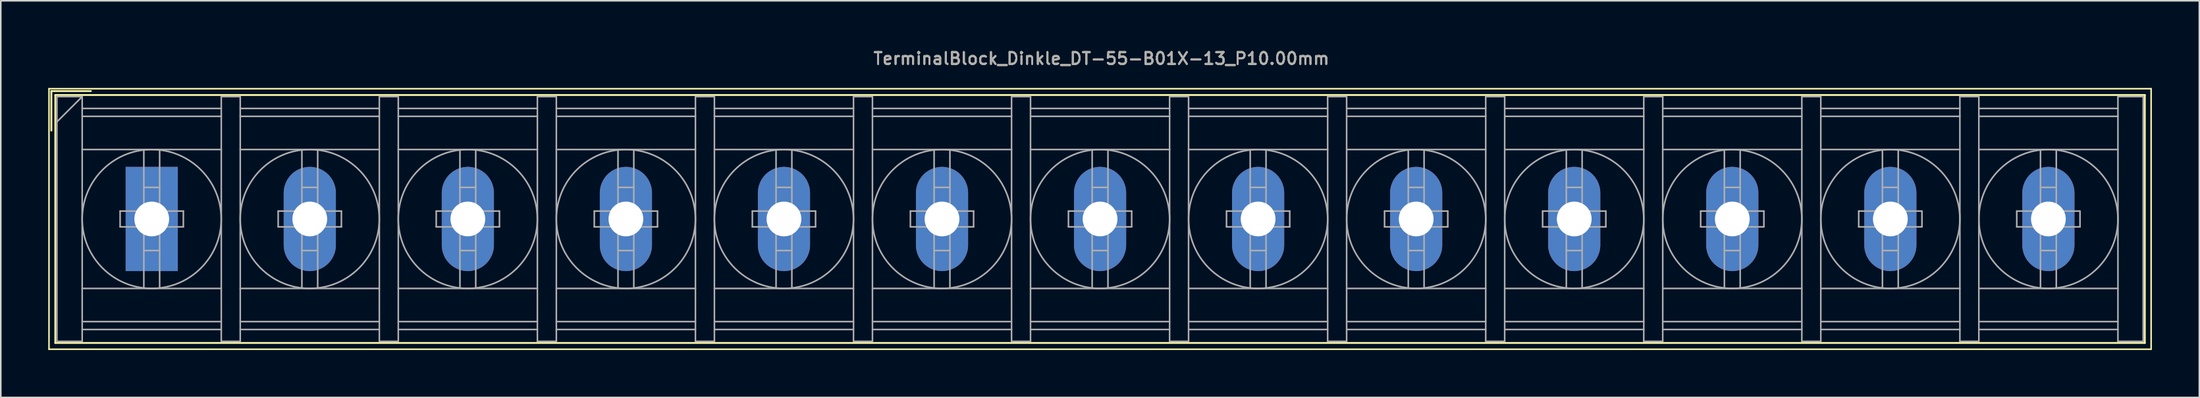
<source format=kicad_pcb>
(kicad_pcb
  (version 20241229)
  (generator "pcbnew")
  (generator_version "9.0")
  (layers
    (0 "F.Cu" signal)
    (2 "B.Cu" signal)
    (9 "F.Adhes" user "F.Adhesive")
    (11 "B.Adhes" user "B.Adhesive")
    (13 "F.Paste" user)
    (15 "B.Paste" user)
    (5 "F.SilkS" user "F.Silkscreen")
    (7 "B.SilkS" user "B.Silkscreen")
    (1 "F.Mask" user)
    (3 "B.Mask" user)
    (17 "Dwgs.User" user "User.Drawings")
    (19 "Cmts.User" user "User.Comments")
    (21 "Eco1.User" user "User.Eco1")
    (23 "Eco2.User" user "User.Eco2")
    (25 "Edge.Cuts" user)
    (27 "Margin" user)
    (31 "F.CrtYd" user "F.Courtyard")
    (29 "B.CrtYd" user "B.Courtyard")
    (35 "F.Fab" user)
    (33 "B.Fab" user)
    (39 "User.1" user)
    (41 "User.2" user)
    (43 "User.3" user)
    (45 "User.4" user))
  (footprint "TerminalBlock_Dinkle_DT-55-B01X-13_P10.00mm"
    (layer "F.Cu")
    (at 6.55 10.818)
    (property "Reference" "TerminalBlock_Dinkle_DT-55-B01X-13_P10.00mm" (at 60.08 -10.16 0) (layer "F.SilkS") (effects (font (size 0.75 0.75) (thickness 0.125))))
    (attr through_hole)
    (fp_line (start -6.5 -8.25) (end 126.5 -8.25) (stroke (width 0.1) (type solid)) (layer "F.SilkS"))
    (fp_line (start -6.5 8.25) (end -6.5 -8.25) (stroke (width 0.1) (type solid)) (layer "F.SilkS"))
    (fp_line (start -6.5 8.25) (end 126.5 8.25) (stroke (width 0.1) (type solid)) (layer "F.SilkS"))
    (fp_line (start -6.35 -8.1) (end -3.85 -8.1) (stroke (width 0.12) (type solid)) (layer "F.SilkS"))
    (fp_line (start -6.35 -5.6) (end -6.35 -8.1) (stroke (width 0.12) (type solid)) (layer "F.SilkS"))
    (fp_line (start -6.1 -7.85) (end 126.1 -7.85) (stroke (width 0.12) (type solid)) (layer "F.SilkS"))
    (fp_line (start -6.1 7.85) (end -6.1 -7.85) (stroke (width 0.12) (type solid)) (layer "F.SilkS"))
    (fp_line (start -6.1 7.85) (end 126.1 7.85) (stroke (width 0.12) (type solid)) (layer "F.SilkS"))
    (fp_line (start 126.1 -7.85) (end 126.1 7.85) (stroke (width 0.12) (type solid)) (layer "F.SilkS"))
    (fp_line (start 126.5 -8.25) (end 126.5 8.25) (stroke (width 0.1) (type solid)) (layer "F.SilkS"))
    (fp_line (start -6 -7.75) (end -6 7.75) (stroke (width 0.1) (type solid)) (layer "F.Fab"))
    (fp_line (start -6 -7.75) (end -4.4 -7.75) (stroke (width 0.1) (type solid)) (layer "F.Fab"))
    (fp_line (start -6 7.75) (end -4.4 7.75) (stroke (width 0.1) (type solid)) (layer "F.Fab"))
    (fp_line (start -4.4 -7.75) (end -6 -6.15) (stroke (width 0.1) (type solid)) (layer "F.Fab"))
    (fp_line (start -4.4 -7.75) (end -4.4 7.75) (stroke (width 0.1) (type solid)) (layer "F.Fab"))
    (fp_line (start -4.4 -7) (end 4.4 -7) (stroke (width 0.1) (type solid)) (layer "F.Fab"))
    (fp_line (start -4.4 -6.5) (end 4.4 -6.5) (stroke (width 0.1) (type solid)) (layer "F.Fab"))
    (fp_line (start -4.4 -4.4) (end 4.4 -4.4) (stroke (width 0.1) (type solid)) (layer "F.Fab"))
    (fp_line (start -4.4 4.4) (end 4.4 4.4) (stroke (width 0.1) (type solid)) (layer "F.Fab"))
    (fp_line (start -4.4 6.5) (end 4.4 6.5) (stroke (width 0.1) (type solid)) (layer "F.Fab"))
    (fp_line (start -4.4 7) (end 4.4 7) (stroke (width 0.1) (type solid)) (layer "F.Fab"))
    (fp_line (start -2 -0.5) (end -2 0.5) (stroke (width 0.1) (type solid)) (layer "F.Fab"))
    (fp_line (start -2 0.5) (end -0.5 0.5) (stroke (width 0.1) (type solid)) (layer "F.Fab"))
    (fp_line (start -0.5 -4.35) (end -0.5 -0.5) (stroke (width 0.1) (type solid)) (layer "F.Fab"))
    (fp_line (start -0.5 -2) (end 0.5 -2) (stroke (width 0.1) (type solid)) (layer "F.Fab"))
    (fp_line (start -0.5 -0.5) (end -2 -0.5) (stroke (width 0.1) (type solid)) (layer "F.Fab"))
    (fp_line (start -0.5 0.5) (end -0.5 4.35) (stroke (width 0.1) (type solid)) (layer "F.Fab"))
    (fp_line (start -0.5 2) (end 0.5 2) (stroke (width 0.1) (type solid)) (layer "F.Fab"))
    (fp_line (start 0.5 -4.35) (end 0.5 -0.5) (stroke (width 0.1) (type solid)) (layer "F.Fab"))
    (fp_line (start 0.5 -0.5) (end 2 -0.5) (stroke (width 0.1) (type solid)) (layer "F.Fab"))
    (fp_line (start 0.5 0.5) (end 0.5 4.35) (stroke (width 0.1) (type solid)) (layer "F.Fab"))
    (fp_line (start 2 -0.5) (end 2 0.5) (stroke (width 0.1) (type solid)) (layer "F.Fab"))
    (fp_line (start 2 0.5) (end 0.5 0.5) (stroke (width 0.1) (type solid)) (layer "F.Fab"))
    (fp_line (start 4.4 -7.75) (end 4.4 7.75) (stroke (width 0.1) (type solid)) (layer "F.Fab"))
    (fp_line (start 4.4 -7.75) (end 5.6 -7.75) (stroke (width 0.1) (type solid)) (layer "F.Fab"))
    (fp_line (start 4.4 7.75) (end 5.6 7.75) (stroke (width 0.1) (type solid)) (layer "F.Fab"))
    (fp_line (start 5.6 -7.75) (end 5.6 7.75) (stroke (width 0.1) (type solid)) (layer "F.Fab"))
    (fp_line (start 5.6 -7) (end 14.4 -7) (stroke (width 0.1) (type solid)) (layer "F.Fab"))
    (fp_line (start 5.6 -6.5) (end 14.4 -6.5) (stroke (width 0.1) (type solid)) (layer "F.Fab"))
    (fp_line (start 5.6 -4.4) (end 14.4 -4.4) (stroke (width 0.1) (type solid)) (layer "F.Fab"))
    (fp_line (start 5.6 4.4) (end 14.4 4.4) (stroke (width 0.1) (type solid)) (layer "F.Fab"))
    (fp_line (start 5.6 6.5) (end 14.4 6.5) (stroke (width 0.1) (type solid)) (layer "F.Fab"))
    (fp_line (start 5.6 7) (end 14.4 7) (stroke (width 0.1) (type solid)) (layer "F.Fab"))
    (fp_line (start 8 -0.5) (end 8 0.5) (stroke (width 0.1) (type solid)) (layer "F.Fab"))
    (fp_line (start 8 0.5) (end 9.5 0.5) (stroke (width 0.1) (type solid)) (layer "F.Fab"))
    (fp_line (start 9.5 -4.35) (end 9.5 -0.5) (stroke (width 0.1) (type solid)) (layer "F.Fab"))
    (fp_line (start 9.5 -2) (end 10.5 -2) (stroke (width 0.1) (type solid)) (layer "F.Fab"))
    (fp_line (start 9.5 -0.5) (end 8 -0.5) (stroke (width 0.1) (type solid)) (layer "F.Fab"))
    (fp_line (start 9.5 0.5) (end 9.5 4.35) (stroke (width 0.1) (type solid)) (layer "F.Fab"))
    (fp_line (start 9.5 2) (end 10.5 2) (stroke (width 0.1) (type solid)) (layer "F.Fab"))
    (fp_line (start 10.5 -4.35) (end 10.5 -0.5) (stroke (width 0.1) (type solid)) (layer "F.Fab"))
    (fp_line (start 10.5 -0.5) (end 12 -0.5) (stroke (width 0.1) (type solid)) (layer "F.Fab"))
    (fp_line (start 10.5 0.5) (end 10.5 4.35) (stroke (width 0.1) (type solid)) (layer "F.Fab"))
    (fp_line (start 12 -0.5) (end 12 0.5) (stroke (width 0.1) (type solid)) (layer "F.Fab"))
    (fp_line (start 12 0.5) (end 10.5 0.5) (stroke (width 0.1) (type solid)) (layer "F.Fab"))
    (fp_line (start 14.4 -7.75) (end 14.4 7.75) (stroke (width 0.1) (type solid)) (layer "F.Fab"))
    (fp_line (start 14.4 -7.75) (end 15.6 -7.75) (stroke (width 0.1) (type solid)) (layer "F.Fab"))
    (fp_line (start 14.4 7.75) (end 15.6 7.75) (stroke (width 0.1) (type solid)) (layer "F.Fab"))
    (fp_line (start 15.6 -7.75) (end 15.6 7.75) (stroke (width 0.1) (type solid)) (layer "F.Fab"))
    (fp_line (start 15.6 -7) (end 24.4 -7) (stroke (width 0.1) (type solid)) (layer "F.Fab"))
    (fp_line (start 15.6 -6.5) (end 24.4 -6.5) (stroke (width 0.1) (type solid)) (layer "F.Fab"))
    (fp_line (start 15.6 -4.4) (end 24.4 -4.4) (stroke (width 0.1) (type solid)) (layer "F.Fab"))
    (fp_line (start 15.6 4.4) (end 24.4 4.4) (stroke (width 0.1) (type solid)) (layer "F.Fab"))
    (fp_line (start 15.6 6.5) (end 24.4 6.5) (stroke (width 0.1) (type solid)) (layer "F.Fab"))
    (fp_line (start 15.6 7) (end 24.4 7) (stroke (width 0.1) (type solid)) (layer "F.Fab"))
    (fp_line (start 18 -0.5) (end 18 0.5) (stroke (width 0.1) (type solid)) (layer "F.Fab"))
    (fp_line (start 18 0.5) (end 19.5 0.5) (stroke (width 0.1) (type solid)) (layer "F.Fab"))
    (fp_line (start 19.5 -4.35) (end 19.5 -0.5) (stroke (width 0.1) (type solid)) (layer "F.Fab"))
    (fp_line (start 19.5 -2) (end 20.5 -2) (stroke (width 0.1) (type solid)) (layer "F.Fab"))
    (fp_line (start 19.5 -0.5) (end 18 -0.5) (stroke (width 0.1) (type solid)) (layer "F.Fab"))
    (fp_line (start 19.5 0.5) (end 19.5 4.35) (stroke (width 0.1) (type solid)) (layer "F.Fab"))
    (fp_line (start 19.5 2) (end 20.5 2) (stroke (width 0.1) (type solid)) (layer "F.Fab"))
    (fp_line (start 20.5 -4.35) (end 20.5 -0.5) (stroke (width 0.1) (type solid)) (layer "F.Fab"))
    (fp_line (start 20.5 -0.5) (end 22 -0.5) (stroke (width 0.1) (type solid)) (layer "F.Fab"))
    (fp_line (start 20.5 0.5) (end 20.5 4.35) (stroke (width 0.1) (type solid)) (layer "F.Fab"))
    (fp_line (start 22 -0.5) (end 22 0.5) (stroke (width 0.1) (type solid)) (layer "F.Fab"))
    (fp_line (start 22 0.5) (end 20.5 0.5) (stroke (width 0.1) (type solid)) (layer "F.Fab"))
    (fp_line (start 24.4 -7.75) (end 24.4 7.75) (stroke (width 0.1) (type solid)) (layer "F.Fab"))
    (fp_line (start 24.4 -7.75) (end 25.6 -7.75) (stroke (width 0.1) (type solid)) (layer "F.Fab"))
    (fp_line (start 24.4 7.75) (end 25.6 7.75) (stroke (width 0.1) (type solid)) (layer "F.Fab"))
    (fp_line (start 25.6 -7.75) (end 25.6 7.75) (stroke (width 0.1) (type solid)) (layer "F.Fab"))
    (fp_line (start 25.6 -7) (end 34.4 -7) (stroke (width 0.1) (type solid)) (layer "F.Fab"))
    (fp_line (start 25.6 -6.5) (end 34.4 -6.5) (stroke (width 0.1) (type solid)) (layer "F.Fab"))
    (fp_line (start 25.6 -4.4) (end 34.4 -4.4) (stroke (width 0.1) (type solid)) (layer "F.Fab"))
    (fp_line (start 25.6 4.4) (end 34.4 4.4) (stroke (width 0.1) (type solid)) (layer "F.Fab"))
    (fp_line (start 25.6 6.5) (end 34.4 6.5) (stroke (width 0.1) (type solid)) (layer "F.Fab"))
    (fp_line (start 25.6 7) (end 34.4 7) (stroke (width 0.1) (type solid)) (layer "F.Fab"))
    (fp_line (start 28 -0.5) (end 28 0.5) (stroke (width 0.1) (type solid)) (layer "F.Fab"))
    (fp_line (start 28 0.5) (end 29.5 0.5) (stroke (width 0.1) (type solid)) (layer "F.Fab"))
    (fp_line (start 29.5 -4.35) (end 29.5 -0.5) (stroke (width 0.1) (type solid)) (layer "F.Fab"))
    (fp_line (start 29.5 -2) (end 30.5 -2) (stroke (width 0.1) (type solid)) (layer "F.Fab"))
    (fp_line (start 29.5 -0.5) (end 28 -0.5) (stroke (width 0.1) (type solid)) (layer "F.Fab"))
    (fp_line (start 29.5 0.5) (end 29.5 4.35) (stroke (width 0.1) (type solid)) (layer "F.Fab"))
    (fp_line (start 29.5 2) (end 30.5 2) (stroke (width 0.1) (type solid)) (layer "F.Fab"))
    (fp_line (start 30.5 -4.35) (end 30.5 -0.5) (stroke (width 0.1) (type solid)) (layer "F.Fab"))
    (fp_line (start 30.5 -0.5) (end 32 -0.5) (stroke (width 0.1) (type solid)) (layer "F.Fab"))
    (fp_line (start 30.5 0.5) (end 30.5 4.35) (stroke (width 0.1) (type solid)) (layer "F.Fab"))
    (fp_line (start 32 -0.5) (end 32 0.5) (stroke (width 0.1) (type solid)) (layer "F.Fab"))
    (fp_line (start 32 0.5) (end 30.5 0.5) (stroke (width 0.1) (type solid)) (layer "F.Fab"))
    (fp_line (start 34.4 -7.75) (end 34.4 7.75) (stroke (width 0.1) (type solid)) (layer "F.Fab"))
    (fp_line (start 34.4 -7.75) (end 35.6 -7.75) (stroke (width 0.1) (type solid)) (layer "F.Fab"))
    (fp_line (start 34.4 7.75) (end 35.6 7.75) (stroke (width 0.1) (type solid)) (layer "F.Fab"))
    (fp_line (start 35.6 -7.75) (end 35.6 7.75) (stroke (width 0.1) (type solid)) (layer "F.Fab"))
    (fp_line (start 35.6 -7) (end 44.4 -7) (stroke (width 0.1) (type solid)) (layer "F.Fab"))
    (fp_line (start 35.6 -6.5) (end 44.4 -6.5) (stroke (width 0.1) (type solid)) (layer "F.Fab"))
    (fp_line (start 35.6 -4.4) (end 44.4 -4.4) (stroke (width 0.1) (type solid)) (layer "F.Fab"))
    (fp_line (start 35.6 4.4) (end 44.4 4.4) (stroke (width 0.1) (type solid)) (layer "F.Fab"))
    (fp_line (start 35.6 6.5) (end 44.4 6.5) (stroke (width 0.1) (type solid)) (layer "F.Fab"))
    (fp_line (start 35.6 7) (end 44.4 7) (stroke (width 0.1) (type solid)) (layer "F.Fab"))
    (fp_line (start 38 -0.5) (end 38 0.5) (stroke (width 0.1) (type solid)) (layer "F.Fab"))
    (fp_line (start 38 0.5) (end 39.5 0.5) (stroke (width 0.1) (type solid)) (layer "F.Fab"))
    (fp_line (start 39.5 -4.35) (end 39.5 -0.5) (stroke (width 0.1) (type solid)) (layer "F.Fab"))
    (fp_line (start 39.5 -2) (end 40.5 -2) (stroke (width 0.1) (type solid)) (layer "F.Fab"))
    (fp_line (start 39.5 -0.5) (end 38 -0.5) (stroke (width 0.1) (type solid)) (layer "F.Fab"))
    (fp_line (start 39.5 0.5) (end 39.5 4.35) (stroke (width 0.1) (type solid)) (layer "F.Fab"))
    (fp_line (start 39.5 2) (end 40.5 2) (stroke (width 0.1) (type solid)) (layer "F.Fab"))
    (fp_line (start 40.5 -4.35) (end 40.5 -0.5) (stroke (width 0.1) (type solid)) (layer "F.Fab"))
    (fp_line (start 40.5 -0.5) (end 42 -0.5) (stroke (width 0.1) (type solid)) (layer "F.Fab"))
    (fp_line (start 40.5 0.5) (end 40.5 4.35) (stroke (width 0.1) (type solid)) (layer "F.Fab"))
    (fp_line (start 42 -0.5) (end 42 0.5) (stroke (width 0.1) (type solid)) (layer "F.Fab"))
    (fp_line (start 42 0.5) (end 40.5 0.5) (stroke (width 0.1) (type solid)) (layer "F.Fab"))
    (fp_line (start 44.4 -7.75) (end 44.4 7.75) (stroke (width 0.1) (type solid)) (layer "F.Fab"))
    (fp_line (start 44.4 -7.75) (end 45.6 -7.75) (stroke (width 0.1) (type solid)) (layer "F.Fab"))
    (fp_line (start 44.4 7.75) (end 45.6 7.75) (stroke (width 0.1) (type solid)) (layer "F.Fab"))
    (fp_line (start 45.6 -7.75) (end 45.6 7.75) (stroke (width 0.1) (type solid)) (layer "F.Fab"))
    (fp_line (start 45.6 -7) (end 54.4 -7) (stroke (width 0.1) (type solid)) (layer "F.Fab"))
    (fp_line (start 45.6 -6.5) (end 54.4 -6.5) (stroke (width 0.1) (type solid)) (layer "F.Fab"))
    (fp_line (start 45.6 -4.4) (end 54.4 -4.4) (stroke (width 0.1) (type solid)) (layer "F.Fab"))
    (fp_line (start 45.6 4.4) (end 54.4 4.4) (stroke (width 0.1) (type solid)) (layer "F.Fab"))
    (fp_line (start 45.6 6.5) (end 54.4 6.5) (stroke (width 0.1) (type solid)) (layer "F.Fab"))
    (fp_line (start 45.6 7) (end 54.4 7) (stroke (width 0.1) (type solid)) (layer "F.Fab"))
    (fp_line (start 48 -0.5) (end 48 0.5) (stroke (width 0.1) (type solid)) (layer "F.Fab"))
    (fp_line (start 48 0.5) (end 49.5 0.5) (stroke (width 0.1) (type solid)) (layer "F.Fab"))
    (fp_line (start 49.5 -4.35) (end 49.5 -0.5) (stroke (width 0.1) (type solid)) (layer "F.Fab"))
    (fp_line (start 49.5 -2) (end 50.5 -2) (stroke (width 0.1) (type solid)) (layer "F.Fab"))
    (fp_line (start 49.5 -0.5) (end 48 -0.5) (stroke (width 0.1) (type solid)) (layer "F.Fab"))
    (fp_line (start 49.5 0.5) (end 49.5 4.35) (stroke (width 0.1) (type solid)) (layer "F.Fab"))
    (fp_line (start 49.5 2) (end 50.5 2) (stroke (width 0.1) (type solid)) (layer "F.Fab"))
    (fp_line (start 50.5 -4.35) (end 50.5 -0.5) (stroke (width 0.1) (type solid)) (layer "F.Fab"))
    (fp_line (start 50.5 -0.5) (end 52 -0.5) (stroke (width 0.1) (type solid)) (layer "F.Fab"))
    (fp_line (start 50.5 0.5) (end 50.5 4.35) (stroke (width 0.1) (type solid)) (layer "F.Fab"))
    (fp_line (start 52 -0.5) (end 52 0.5) (stroke (width 0.1) (type solid)) (layer "F.Fab"))
    (fp_line (start 52 0.5) (end 50.5 0.5) (stroke (width 0.1) (type solid)) (layer "F.Fab"))
    (fp_line (start 54.4 -7.75) (end 54.4 7.75) (stroke (width 0.1) (type solid)) (layer "F.Fab"))
    (fp_line (start 54.4 -7.75) (end 55.6 -7.75) (stroke (width 0.1) (type solid)) (layer "F.Fab"))
    (fp_line (start 54.4 7.75) (end 55.6 7.75) (stroke (width 0.1) (type solid)) (layer "F.Fab"))
    (fp_line (start 55.6 -7.75) (end 55.6 7.75) (stroke (width 0.1) (type solid)) (layer "F.Fab"))
    (fp_line (start 55.6 -7) (end 64.4 -7) (stroke (width 0.1) (type solid)) (layer "F.Fab"))
    (fp_line (start 55.6 -6.5) (end 64.4 -6.5) (stroke (width 0.1) (type solid)) (layer "F.Fab"))
    (fp_line (start 55.6 -4.4) (end 64.4 -4.4) (stroke (width 0.1) (type solid)) (layer "F.Fab"))
    (fp_line (start 55.6 4.4) (end 64.4 4.4) (stroke (width 0.1) (type solid)) (layer "F.Fab"))
    (fp_line (start 55.6 6.5) (end 64.4 6.5) (stroke (width 0.1) (type solid)) (layer "F.Fab"))
    (fp_line (start 55.6 7) (end 64.4 7) (stroke (width 0.1) (type solid)) (layer "F.Fab"))
    (fp_line (start 58 -0.5) (end 58 0.5) (stroke (width 0.1) (type solid)) (layer "F.Fab"))
    (fp_line (start 58 0.5) (end 59.5 0.5) (stroke (width 0.1) (type solid)) (layer "F.Fab"))
    (fp_line (start 59.5 -4.35) (end 59.5 -0.5) (stroke (width 0.1) (type solid)) (layer "F.Fab"))
    (fp_line (start 59.5 -2) (end 60.5 -2) (stroke (width 0.1) (type solid)) (layer "F.Fab"))
    (fp_line (start 59.5 -0.5) (end 58 -0.5) (stroke (width 0.1) (type solid)) (layer "F.Fab"))
    (fp_line (start 59.5 0.5) (end 59.5 4.35) (stroke (width 0.1) (type solid)) (layer "F.Fab"))
    (fp_line (start 59.5 2) (end 60.5 2) (stroke (width 0.1) (type solid)) (layer "F.Fab"))
    (fp_line (start 60.5 -4.35) (end 60.5 -0.5) (stroke (width 0.1) (type solid)) (layer "F.Fab"))
    (fp_line (start 60.5 -0.5) (end 62 -0.5) (stroke (width 0.1) (type solid)) (layer "F.Fab"))
    (fp_line (start 60.5 0.5) (end 60.5 4.35) (stroke (width 0.1) (type solid)) (layer "F.Fab"))
    (fp_line (start 62 -0.5) (end 62 0.5) (stroke (width 0.1) (type solid)) (layer "F.Fab"))
    (fp_line (start 62 0.5) (end 60.5 0.5) (stroke (width 0.1) (type solid)) (layer "F.Fab"))
    (fp_line (start 64.4 -7.75) (end 64.4 7.75) (stroke (width 0.1) (type solid)) (layer "F.Fab"))
    (fp_line (start 64.4 -7.75) (end 65.6 -7.75) (stroke (width 0.1) (type solid)) (layer "F.Fab"))
    (fp_line (start 64.4 7.75) (end 65.6 7.75) (stroke (width 0.1) (type solid)) (layer "F.Fab"))
    (fp_line (start 65.6 -7.75) (end 65.6 7.75) (stroke (width 0.1) (type solid)) (layer "F.Fab"))
    (fp_line (start 65.6 -7) (end 74.4 -7) (stroke (width 0.1) (type solid)) (layer "F.Fab"))
    (fp_line (start 65.6 -6.5) (end 74.4 -6.5) (stroke (width 0.1) (type solid)) (layer "F.Fab"))
    (fp_line (start 65.6 -4.4) (end 74.4 -4.4) (stroke (width 0.1) (type solid)) (layer "F.Fab"))
    (fp_line (start 65.6 4.4) (end 74.4 4.4) (stroke (width 0.1) (type solid)) (layer "F.Fab"))
    (fp_line (start 65.6 6.5) (end 74.4 6.5) (stroke (width 0.1) (type solid)) (layer "F.Fab"))
    (fp_line (start 65.6 7) (end 74.4 7) (stroke (width 0.1) (type solid)) (layer "F.Fab"))
    (fp_line (start 68 -0.5) (end 68 0.5) (stroke (width 0.1) (type solid)) (layer "F.Fab"))
    (fp_line (start 68 0.5) (end 69.5 0.5) (stroke (width 0.1) (type solid)) (layer "F.Fab"))
    (fp_line (start 69.5 -4.35) (end 69.5 -0.5) (stroke (width 0.1) (type solid)) (layer "F.Fab"))
    (fp_line (start 69.5 -2) (end 70.5 -2) (stroke (width 0.1) (type solid)) (layer "F.Fab"))
    (fp_line (start 69.5 -0.5) (end 68 -0.5) (stroke (width 0.1) (type solid)) (layer "F.Fab"))
    (fp_line (start 69.5 0.5) (end 69.5 4.35) (stroke (width 0.1) (type solid)) (layer "F.Fab"))
    (fp_line (start 69.5 2) (end 70.5 2) (stroke (width 0.1) (type solid)) (layer "F.Fab"))
    (fp_line (start 70.5 -4.35) (end 70.5 -0.5) (stroke (width 0.1) (type solid)) (layer "F.Fab"))
    (fp_line (start 70.5 -0.5) (end 72 -0.5) (stroke (width 0.1) (type solid)) (layer "F.Fab"))
    (fp_line (start 70.5 0.5) (end 70.5 4.35) (stroke (width 0.1) (type solid)) (layer "F.Fab"))
    (fp_line (start 72 -0.5) (end 72 0.5) (stroke (width 0.1) (type solid)) (layer "F.Fab"))
    (fp_line (start 72 0.5) (end 70.5 0.5) (stroke (width 0.1) (type solid)) (layer "F.Fab"))
    (fp_line (start 74.4 -7.75) (end 74.4 7.75) (stroke (width 0.1) (type solid)) (layer "F.Fab"))
    (fp_line (start 74.4 -7.75) (end 75.6 -7.75) (stroke (width 0.1) (type solid)) (layer "F.Fab"))
    (fp_line (start 74.4 7.75) (end 75.6 7.75) (stroke (width 0.1) (type solid)) (layer "F.Fab"))
    (fp_line (start 75.6 -7.75) (end 75.6 7.75) (stroke (width 0.1) (type solid)) (layer "F.Fab"))
    (fp_line (start 75.6 -7) (end 84.4 -7) (stroke (width 0.1) (type solid)) (layer "F.Fab"))
    (fp_line (start 75.6 -6.5) (end 84.4 -6.5) (stroke (width 0.1) (type solid)) (layer "F.Fab"))
    (fp_line (start 75.6 -4.4) (end 84.4 -4.4) (stroke (width 0.1) (type solid)) (layer "F.Fab"))
    (fp_line (start 75.6 4.4) (end 84.4 4.4) (stroke (width 0.1) (type solid)) (layer "F.Fab"))
    (fp_line (start 75.6 6.5) (end 84.4 6.5) (stroke (width 0.1) (type solid)) (layer "F.Fab"))
    (fp_line (start 75.6 7) (end 84.4 7) (stroke (width 0.1) (type solid)) (layer "F.Fab"))
    (fp_line (start 78 -0.5) (end 78 0.5) (stroke (width 0.1) (type solid)) (layer "F.Fab"))
    (fp_line (start 78 0.5) (end 79.5 0.5) (stroke (width 0.1) (type solid)) (layer "F.Fab"))
    (fp_line (start 79.5 -4.35) (end 79.5 -0.5) (stroke (width 0.1) (type solid)) (layer "F.Fab"))
    (fp_line (start 79.5 -2) (end 80.5 -2) (stroke (width 0.1) (type solid)) (layer "F.Fab"))
    (fp_line (start 79.5 -0.5) (end 78 -0.5) (stroke (width 0.1) (type solid)) (layer "F.Fab"))
    (fp_line (start 79.5 0.5) (end 79.5 4.35) (stroke (width 0.1) (type solid)) (layer "F.Fab"))
    (fp_line (start 79.5 2) (end 80.5 2) (stroke (width 0.1) (type solid)) (layer "F.Fab"))
    (fp_line (start 80.5 -4.35) (end 80.5 -0.5) (stroke (width 0.1) (type solid)) (layer "F.Fab"))
    (fp_line (start 80.5 -0.5) (end 82 -0.5) (stroke (width 0.1) (type solid)) (layer "F.Fab"))
    (fp_line (start 80.5 0.5) (end 80.5 4.35) (stroke (width 0.1) (type solid)) (layer "F.Fab"))
    (fp_line (start 82 -0.5) (end 82 0.5) (stroke (width 0.1) (type solid)) (layer "F.Fab"))
    (fp_line (start 82 0.5) (end 80.5 0.5) (stroke (width 0.1) (type solid)) (layer "F.Fab"))
    (fp_line (start 84.4 -7.75) (end 84.4 7.75) (stroke (width 0.1) (type solid)) (layer "F.Fab"))
    (fp_line (start 84.4 -7.75) (end 85.6 -7.75) (stroke (width 0.1) (type solid)) (layer "F.Fab"))
    (fp_line (start 84.4 7.75) (end 85.6 7.75) (stroke (width 0.1) (type solid)) (layer "F.Fab"))
    (fp_line (start 85.6 -7.75) (end 85.6 7.75) (stroke (width 0.1) (type solid)) (layer "F.Fab"))
    (fp_line (start 85.6 -7) (end 94.4 -7) (stroke (width 0.1) (type solid)) (layer "F.Fab"))
    (fp_line (start 85.6 -6.5) (end 94.4 -6.5) (stroke (width 0.1) (type solid)) (layer "F.Fab"))
    (fp_line (start 85.6 -4.4) (end 94.4 -4.4) (stroke (width 0.1) (type solid)) (layer "F.Fab"))
    (fp_line (start 85.6 4.4) (end 94.4 4.4) (stroke (width 0.1) (type solid)) (layer "F.Fab"))
    (fp_line (start 85.6 6.5) (end 94.4 6.5) (stroke (width 0.1) (type solid)) (layer "F.Fab"))
    (fp_line (start 85.6 7) (end 94.4 7) (stroke (width 0.1) (type solid)) (layer "F.Fab"))
    (fp_line (start 88 -0.5) (end 88 0.5) (stroke (width 0.1) (type solid)) (layer "F.Fab"))
    (fp_line (start 88 0.5) (end 89.5 0.5) (stroke (width 0.1) (type solid)) (layer "F.Fab"))
    (fp_line (start 89.5 -4.35) (end 89.5 -0.5) (stroke (width 0.1) (type solid)) (layer "F.Fab"))
    (fp_line (start 89.5 -2) (end 90.5 -2) (stroke (width 0.1) (type solid)) (layer "F.Fab"))
    (fp_line (start 89.5 -0.5) (end 88 -0.5) (stroke (width 0.1) (type solid)) (layer "F.Fab"))
    (fp_line (start 89.5 0.5) (end 89.5 4.35) (stroke (width 0.1) (type solid)) (layer "F.Fab"))
    (fp_line (start 89.5 2) (end 90.5 2) (stroke (width 0.1) (type solid)) (layer "F.Fab"))
    (fp_line (start 90.5 -4.35) (end 90.5 -0.5) (stroke (width 0.1) (type solid)) (layer "F.Fab"))
    (fp_line (start 90.5 -0.5) (end 92 -0.5) (stroke (width 0.1) (type solid)) (layer "F.Fab"))
    (fp_line (start 90.5 0.5) (end 90.5 4.35) (stroke (width 0.1) (type solid)) (layer "F.Fab"))
    (fp_line (start 92 -0.5) (end 92 0.5) (stroke (width 0.1) (type solid)) (layer "F.Fab"))
    (fp_line (start 92 0.5) (end 90.5 0.5) (stroke (width 0.1) (type solid)) (layer "F.Fab"))
    (fp_line (start 94.4 -7.75) (end 94.4 7.75) (stroke (width 0.1) (type solid)) (layer "F.Fab"))
    (fp_line (start 94.4 -7.75) (end 95.6 -7.75) (stroke (width 0.1) (type solid)) (layer "F.Fab"))
    (fp_line (start 94.4 7.75) (end 95.6 7.75) (stroke (width 0.1) (type solid)) (layer "F.Fab"))
    (fp_line (start 95.6 -7.75) (end 95.6 7.75) (stroke (width 0.1) (type solid)) (layer "F.Fab"))
    (fp_line (start 95.6 -7) (end 104.4 -7) (stroke (width 0.1) (type solid)) (layer "F.Fab"))
    (fp_line (start 95.6 -6.5) (end 104.4 -6.5) (stroke (width 0.1) (type solid)) (layer "F.Fab"))
    (fp_line (start 95.6 -4.4) (end 104.4 -4.4) (stroke (width 0.1) (type solid)) (layer "F.Fab"))
    (fp_line (start 95.6 4.4) (end 104.4 4.4) (stroke (width 0.1) (type solid)) (layer "F.Fab"))
    (fp_line (start 95.6 6.5) (end 104.4 6.5) (stroke (width 0.1) (type solid)) (layer "F.Fab"))
    (fp_line (start 95.6 7) (end 104.4 7) (stroke (width 0.1) (type solid)) (layer "F.Fab"))
    (fp_line (start 98 -0.5) (end 98 0.5) (stroke (width 0.1) (type solid)) (layer "F.Fab"))
    (fp_line (start 98 0.5) (end 99.5 0.5) (stroke (width 0.1) (type solid)) (layer "F.Fab"))
    (fp_line (start 99.5 -4.35) (end 99.5 -0.5) (stroke (width 0.1) (type solid)) (layer "F.Fab"))
    (fp_line (start 99.5 -2) (end 100.5 -2) (stroke (width 0.1) (type solid)) (layer "F.Fab"))
    (fp_line (start 99.5 -0.5) (end 98 -0.5) (stroke (width 0.1) (type solid)) (layer "F.Fab"))
    (fp_line (start 99.5 0.5) (end 99.5 4.35) (stroke (width 0.1) (type solid)) (layer "F.Fab"))
    (fp_line (start 99.5 2) (end 100.5 2) (stroke (width 0.1) (type solid)) (layer "F.Fab"))
    (fp_line (start 100.5 -4.35) (end 100.5 -0.5) (stroke (width 0.1) (type solid)) (layer "F.Fab"))
    (fp_line (start 100.5 -0.5) (end 102 -0.5) (stroke (width 0.1) (type solid)) (layer "F.Fab"))
    (fp_line (start 100.5 0.5) (end 100.5 4.35) (stroke (width 0.1) (type solid)) (layer "F.Fab"))
    (fp_line (start 102 -0.5) (end 102 0.5) (stroke (width 0.1) (type solid)) (layer "F.Fab"))
    (fp_line (start 102 0.5) (end 100.5 0.5) (stroke (width 0.1) (type solid)) (layer "F.Fab"))
    (fp_line (start 104.4 -7.75) (end 104.4 7.75) (stroke (width 0.1) (type solid)) (layer "F.Fab"))
    (fp_line (start 104.4 -7.75) (end 105.6 -7.75) (stroke (width 0.1) (type solid)) (layer "F.Fab"))
    (fp_line (start 104.4 7.75) (end 105.6 7.75) (stroke (width 0.1) (type solid)) (layer "F.Fab"))
    (fp_line (start 105.6 -7.75) (end 105.6 7.75) (stroke (width 0.1) (type solid)) (layer "F.Fab"))
    (fp_line (start 105.6 -7) (end 114.4 -7) (stroke (width 0.1) (type solid)) (layer "F.Fab"))
    (fp_line (start 105.6 -6.5) (end 114.4 -6.5) (stroke (width 0.1) (type solid)) (layer "F.Fab"))
    (fp_line (start 105.6 -4.4) (end 114.4 -4.4) (stroke (width 0.1) (type solid)) (layer "F.Fab"))
    (fp_line (start 105.6 4.4) (end 114.4 4.4) (stroke (width 0.1) (type solid)) (layer "F.Fab"))
    (fp_line (start 105.6 6.5) (end 114.4 6.5) (stroke (width 0.1) (type solid)) (layer "F.Fab"))
    (fp_line (start 105.6 7) (end 114.4 7) (stroke (width 0.1) (type solid)) (layer "F.Fab"))
    (fp_line (start 108 -0.5) (end 108 0.5) (stroke (width 0.1) (type solid)) (layer "F.Fab"))
    (fp_line (start 108 0.5) (end 109.5 0.5) (stroke (width 0.1) (type solid)) (layer "F.Fab"))
    (fp_line (start 109.5 -4.35) (end 109.5 -0.5) (stroke (width 0.1) (type solid)) (layer "F.Fab"))
    (fp_line (start 109.5 -2) (end 110.5 -2) (stroke (width 0.1) (type solid)) (layer "F.Fab"))
    (fp_line (start 109.5 -0.5) (end 108 -0.5) (stroke (width 0.1) (type solid)) (layer "F.Fab"))
    (fp_line (start 109.5 0.5) (end 109.5 4.35) (stroke (width 0.1) (type solid)) (layer "F.Fab"))
    (fp_line (start 109.5 2) (end 110.5 2) (stroke (width 0.1) (type solid)) (layer "F.Fab"))
    (fp_line (start 110.5 -4.35) (end 110.5 -0.5) (stroke (width 0.1) (type solid)) (layer "F.Fab"))
    (fp_line (start 110.5 -0.5) (end 112 -0.5) (stroke (width 0.1) (type solid)) (layer "F.Fab"))
    (fp_line (start 110.5 0.5) (end 110.5 4.35) (stroke (width 0.1) (type solid)) (layer "F.Fab"))
    (fp_line (start 112 -0.5) (end 112 0.5) (stroke (width 0.1) (type solid)) (layer "F.Fab"))
    (fp_line (start 112 0.5) (end 110.5 0.5) (stroke (width 0.1) (type solid)) (layer "F.Fab"))
    (fp_line (start 114.4 -7.75) (end 114.4 7.75) (stroke (width 0.1) (type solid)) (layer "F.Fab"))
    (fp_line (start 114.4 -7.75) (end 115.6 -7.75) (stroke (width 0.1) (type solid)) (layer "F.Fab"))
    (fp_line (start 114.4 7.75) (end 115.6 7.75) (stroke (width 0.1) (type solid)) (layer "F.Fab"))
    (fp_line (start 115.6 -7.75) (end 115.6 7.75) (stroke (width 0.1) (type solid)) (layer "F.Fab"))
    (fp_line (start 115.6 -7) (end 124.4 -7) (stroke (width 0.1) (type solid)) (layer "F.Fab"))
    (fp_line (start 115.6 -6.5) (end 124.4 -6.5) (stroke (width 0.1) (type solid)) (layer "F.Fab"))
    (fp_line (start 115.6 -4.4) (end 124.4 -4.4) (stroke (width 0.1) (type solid)) (layer "F.Fab"))
    (fp_line (start 115.6 4.4) (end 124.4 4.4) (stroke (width 0.1) (type solid)) (layer "F.Fab"))
    (fp_line (start 115.6 6.5) (end 124.4 6.5) (stroke (width 0.1) (type solid)) (layer "F.Fab"))
    (fp_line (start 115.6 7) (end 124.4 7) (stroke (width 0.1) (type solid)) (layer "F.Fab"))
    (fp_line (start 118 -0.5) (end 118 0.5) (stroke (width 0.1) (type solid)) (layer "F.Fab"))
    (fp_line (start 118 0.5) (end 119.5 0.5) (stroke (width 0.1) (type solid)) (layer "F.Fab"))
    (fp_line (start 119.5 -4.35) (end 119.5 -0.5) (stroke (width 0.1) (type solid)) (layer "F.Fab"))
    (fp_line (start 119.5 -2) (end 120.5 -2) (stroke (width 0.1) (type solid)) (layer "F.Fab"))
    (fp_line (start 119.5 -0.5) (end 118 -0.5) (stroke (width 0.1) (type solid)) (layer "F.Fab"))
    (fp_line (start 119.5 0.5) (end 119.5 4.35) (stroke (width 0.1) (type solid)) (layer "F.Fab"))
    (fp_line (start 119.5 2) (end 120.5 2) (stroke (width 0.1) (type solid)) (layer "F.Fab"))
    (fp_line (start 120.5 -4.35) (end 120.5 -0.5) (stroke (width 0.1) (type solid)) (layer "F.Fab"))
    (fp_line (start 120.5 -0.5) (end 122 -0.5) (stroke (width 0.1) (type solid)) (layer "F.Fab"))
    (fp_line (start 120.5 0.5) (end 120.5 4.35) (stroke (width 0.1) (type solid)) (layer "F.Fab"))
    (fp_line (start 122 -0.5) (end 122 0.5) (stroke (width 0.1) (type solid)) (layer "F.Fab"))
    (fp_line (start 122 0.5) (end 120.5 0.5) (stroke (width 0.1) (type solid)) (layer "F.Fab"))
    (fp_line (start 124.4 -7.75) (end 124.4 7.75) (stroke (width 0.1) (type solid)) (layer "F.Fab"))
    (fp_line (start 124.4 -7.75) (end 126 -7.75) (stroke (width 0.1) (type solid)) (layer "F.Fab"))
    (fp_line (start 124.4 7.75) (end 126 7.75) (stroke (width 0.1) (type solid)) (layer "F.Fab"))
    (fp_line (start 126 -7.75) (end 126 7.75) (stroke (width 0.1) (type solid)) (layer "F.Fab"))
    (fp_circle (center 0 0) (end 0.5 0.5) (stroke (width 0.1) (type solid)) (fill no) (layer "F.Fab"))
    (fp_circle (center 0 0) (end 4.4 0) (stroke (width 0.1) (type solid)) (fill no) (layer "F.Fab"))
    (fp_circle (center 10 0) (end 10.5 0.5) (stroke (width 0.1) (type solid)) (fill no) (layer "F.Fab"))
    (fp_circle (center 10 0) (end 14.4 0) (stroke (width 0.1) (type solid)) (fill no) (layer "F.Fab"))
    (fp_circle (center 20 0) (end 20.5 0.5) (stroke (width 0.1) (type solid)) (fill no) (layer "F.Fab"))
    (fp_circle (center 20 0) (end 24.4 0) (stroke (width 0.1) (type solid)) (fill no) (layer "F.Fab"))
    (fp_circle (center 30 0) (end 30.5 0.5) (stroke (width 0.1) (type solid)) (fill no) (layer "F.Fab"))
    (fp_circle (center 30 0) (end 34.4 0) (stroke (width 0.1) (type solid)) (fill no) (layer "F.Fab"))
    (fp_circle (center 40 0) (end 40.5 0.5) (stroke (width 0.1) (type solid)) (fill no) (layer "F.Fab"))
    (fp_circle (center 40 0) (end 44.4 0) (stroke (width 0.1) (type solid)) (fill no) (layer "F.Fab"))
    (fp_circle (center 50 0) (end 50.5 0.5) (stroke (width 0.1) (type solid)) (fill no) (layer "F.Fab"))
    (fp_circle (center 50 0) (end 54.4 0) (stroke (width 0.1) (type solid)) (fill no) (layer "F.Fab"))
    (fp_circle (center 60 0) (end 60.5 0.5) (stroke (width 0.1) (type solid)) (fill no) (layer "F.Fab"))
    (fp_circle (center 60 0) (end 64.4 0) (stroke (width 0.1) (type solid)) (fill no) (layer "F.Fab"))
    (fp_circle (center 70 0) (end 70.5 0.5) (stroke (width 0.1) (type solid)) (fill no) (layer "F.Fab"))
    (fp_circle (center 70 0) (end 74.4 0) (stroke (width 0.1) (type solid)) (fill no) (layer "F.Fab"))
    (fp_circle (center 80 0) (end 80.5 0.5) (stroke (width 0.1) (type solid)) (fill no) (layer "F.Fab"))
    (fp_circle (center 80 0) (end 84.4 0) (stroke (width 0.1) (type solid)) (fill no) (layer "F.Fab"))
    (fp_circle (center 90 0) (end 90.5 0.5) (stroke (width 0.1) (type solid)) (fill no) (layer "F.Fab"))
    (fp_circle (center 90 0) (end 94.4 0) (stroke (width 0.1) (type solid)) (fill no) (layer "F.Fab"))
    (fp_circle (center 100 0) (end 100.5 0.5) (stroke (width 0.1) (type solid)) (fill no) (layer "F.Fab"))
    (fp_circle (center 100 0) (end 104.4 0) (stroke (width 0.1) (type solid)) (fill no) (layer "F.Fab"))
    (fp_circle (center 110 0) (end 110.5 0.5) (stroke (width 0.1) (type solid)) (fill no) (layer "F.Fab"))
    (fp_circle (center 110 0) (end 114.4 0) (stroke (width 0.1) (type solid)) (fill no) (layer "F.Fab"))
    (fp_circle (center 120 0) (end 120.5 0.5) (stroke (width 0.1) (type solid)) (fill no) (layer "F.Fab"))
    (fp_circle (center 120 0) (end 124.4 0) (stroke (width 0.1) (type solid)) (fill no) (layer "F.Fab"))
    (fp_text user "${REFERENCE}" (at 60.08 -10.16 0) (layer "F.Fab") (effects (font (size 0.75 0.75) (thickness 0.125))))
    (pad "1" thru_hole rect (at 0 0) (size 3.3 6.6) (drill 2.2) (layers "*.Cu" "*.Mask"))
    (pad "2" thru_hole oval (at 10 0) (size 3.3 6.6) (drill 2.2) (layers "*.Cu" "*.Mask"))
    (pad "3" thru_hole oval (at 20 0) (size 3.3 6.6) (drill 2.2) (layers "*.Cu" "*.Mask"))
    (pad "4" thru_hole oval (at 30 0) (size 3.3 6.6) (drill 2.2) (layers "*.Cu" "*.Mask"))
    (pad "5" thru_hole oval (at 40 0) (size 3.3 6.6) (drill 2.2) (layers "*.Cu" "*.Mask"))
    (pad "6" thru_hole oval (at 50 0) (size 3.3 6.6) (drill 2.2) (layers "*.Cu" "*.Mask"))
    (pad "7" thru_hole oval (at 60 0) (size 3.3 6.6) (drill 2.2) (layers "*.Cu" "*.Mask"))
    (pad "8" thru_hole oval (at 70 0) (size 3.3 6.6) (drill 2.2) (layers "*.Cu" "*.Mask"))
    (pad "9" thru_hole oval (at 80 0) (size 3.3 6.6) (drill 2.2) (layers "*.Cu" "*.Mask"))
    (pad "10" thru_hole oval (at 90 0) (size 3.3 6.6) (drill 2.2) (layers "*.Cu" "*.Mask"))
    (pad "11" thru_hole oval (at 100 0) (size 3.3 6.6) (drill 2.2) (layers "*.Cu" "*.Mask"))
    (pad "12" thru_hole oval (at 110 0) (size 3.3 6.6) (drill 2.2) (layers "*.Cu" "*.Mask"))
    (pad "13" thru_hole oval (at 120 0) (size 3.3 6.6) (drill 2.2) (layers "*.Cu" "*.Mask")))
  (gr_rect
    (start -3 -3)
    (end 136.1 22.118)
    (stroke (width 0.1) (type default))
    (fill no)
    (layer "Edge.Cuts")))
</source>
